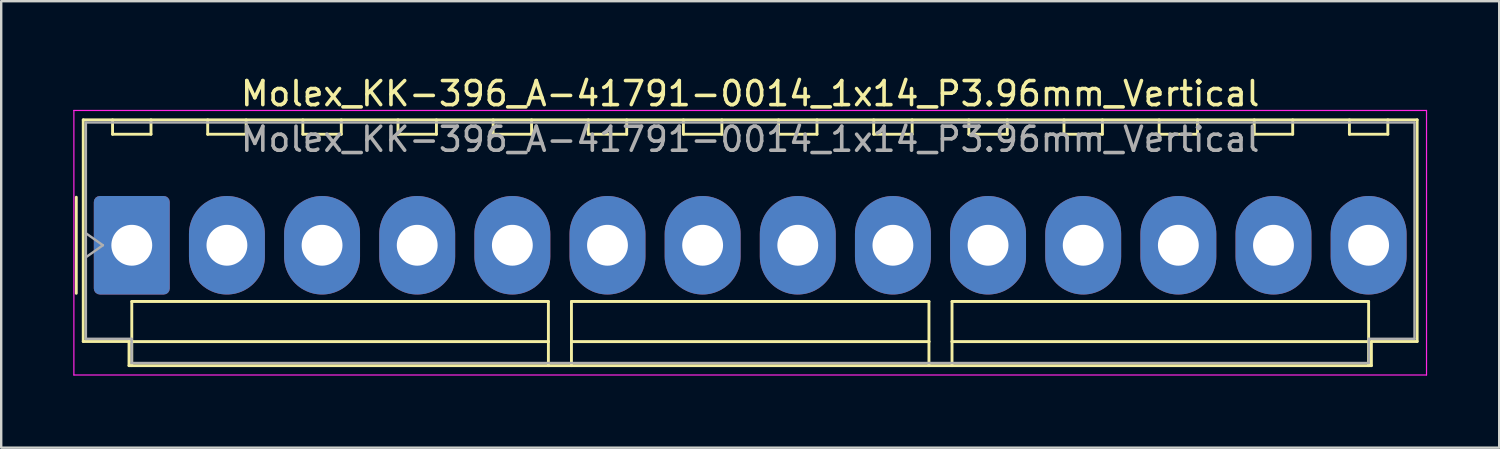
<source format=kicad_pcb>
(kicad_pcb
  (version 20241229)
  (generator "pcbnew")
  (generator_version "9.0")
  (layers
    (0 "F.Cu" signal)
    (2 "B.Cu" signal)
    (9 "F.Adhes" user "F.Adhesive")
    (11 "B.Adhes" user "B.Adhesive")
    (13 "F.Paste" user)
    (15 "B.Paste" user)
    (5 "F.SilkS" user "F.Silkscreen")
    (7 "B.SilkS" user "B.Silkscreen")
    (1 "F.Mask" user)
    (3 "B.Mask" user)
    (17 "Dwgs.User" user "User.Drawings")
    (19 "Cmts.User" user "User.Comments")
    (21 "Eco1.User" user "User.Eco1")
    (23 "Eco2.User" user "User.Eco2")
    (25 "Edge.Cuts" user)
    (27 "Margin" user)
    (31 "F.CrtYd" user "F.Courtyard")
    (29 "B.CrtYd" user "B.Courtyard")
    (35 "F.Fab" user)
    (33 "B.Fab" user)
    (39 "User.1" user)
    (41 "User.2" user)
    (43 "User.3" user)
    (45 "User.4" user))
  (footprint "Molex_KK-396_A-41791-0014_1x14_P3.96mm_Vertical"
    (layer "F.Cu")
    (at 2.435 7.158)
    (property "Reference" "Molex_KK-396_A-41791-0014_1x14_P3.96mm_Vertical" (at 25.74 -6.31 0) (layer "F.SilkS") (effects (font (size 1 1) (thickness 0.15))))
    (attr through_hole)
    (fp_line (start -2.31 -2) (end -2.31 2) (stroke (width 0.12) (type solid)) (layer "F.SilkS"))
    (fp_line (start -2.02 -5.22) (end 53.5 -5.22) (stroke (width 0.12) (type solid)) (layer "F.SilkS"))
    (fp_line (start -2.02 4.005) (end -2.02 -5.22) (stroke (width 0.12) (type solid)) (layer "F.SilkS"))
    (fp_line (start -0.8 -5.22) (end -0.8 -4.62) (stroke (width 0.12) (type solid)) (layer "F.SilkS"))
    (fp_line (start -0.8 -4.62) (end 0.8 -4.62) (stroke (width 0.12) (type solid)) (layer "F.SilkS"))
    (fp_line (start -0.115 4.005) (end -2.02 4.005) (stroke (width 0.12) (type solid)) (layer "F.SilkS"))
    (fp_line (start -0.115 5.01) (end -0.115 4.005) (stroke (width 0.12) (type solid)) (layer "F.SilkS"))
    (fp_line (start 0 2.34) (end 17.34 2.34) (stroke (width 0.12) (type solid)) (layer "F.SilkS"))
    (fp_line (start 0 4.01) (end 0 2.34) (stroke (width 0.12) (type solid)) (layer "F.SilkS"))
    (fp_line (start 0 4.01) (end 17.34 4.01) (stroke (width 0.12) (type solid)) (layer "F.SilkS"))
    (fp_line (start 0 5.01) (end 0 4.01) (stroke (width 0.12) (type solid)) (layer "F.SilkS"))
    (fp_line (start 0.8 -4.62) (end 0.8 -5.22) (stroke (width 0.12) (type solid)) (layer "F.SilkS"))
    (fp_line (start 3.16 -5.22) (end 3.16 -4.62) (stroke (width 0.12) (type solid)) (layer "F.SilkS"))
    (fp_line (start 3.16 -4.62) (end 4.76 -4.62) (stroke (width 0.12) (type solid)) (layer "F.SilkS"))
    (fp_line (start 4.76 -4.62) (end 4.76 -5.22) (stroke (width 0.12) (type solid)) (layer "F.SilkS"))
    (fp_line (start 7.12 -5.22) (end 7.12 -4.62) (stroke (width 0.12) (type solid)) (layer "F.SilkS"))
    (fp_line (start 7.12 -4.62) (end 8.72 -4.62) (stroke (width 0.12) (type solid)) (layer "F.SilkS"))
    (fp_line (start 8.72 -4.62) (end 8.72 -5.22) (stroke (width 0.12) (type solid)) (layer "F.SilkS"))
    (fp_line (start 11.08 -5.22) (end 11.08 -4.62) (stroke (width 0.12) (type solid)) (layer "F.SilkS"))
    (fp_line (start 11.08 -4.62) (end 12.68 -4.62) (stroke (width 0.12) (type solid)) (layer "F.SilkS"))
    (fp_line (start 12.68 -4.62) (end 12.68 -5.22) (stroke (width 0.12) (type solid)) (layer "F.SilkS"))
    (fp_line (start 15.04 -5.22) (end 15.04 -4.62) (stroke (width 0.12) (type solid)) (layer "F.SilkS"))
    (fp_line (start 15.04 -4.62) (end 16.64 -4.62) (stroke (width 0.12) (type solid)) (layer "F.SilkS"))
    (fp_line (start 16.64 -4.62) (end 16.64 -5.22) (stroke (width 0.12) (type solid)) (layer "F.SilkS"))
    (fp_line (start 17.34 2.34) (end 17.34 4.01) (stroke (width 0.12) (type solid)) (layer "F.SilkS"))
    (fp_line (start 17.34 4.01) (end 17.34 5.01) (stroke (width 0.12) (type solid)) (layer "F.SilkS"))
    (fp_line (start 18.3 2.34) (end 33.18 2.34) (stroke (width 0.12) (type solid)) (layer "F.SilkS"))
    (fp_line (start 18.3 4.01) (end 18.3 2.34) (stroke (width 0.12) (type solid)) (layer "F.SilkS"))
    (fp_line (start 18.3 4.01) (end 33.18 4.01) (stroke (width 0.12) (type solid)) (layer "F.SilkS"))
    (fp_line (start 18.3 5.01) (end 18.3 4.01) (stroke (width 0.12) (type solid)) (layer "F.SilkS"))
    (fp_line (start 19 -5.22) (end 19 -4.62) (stroke (width 0.12) (type solid)) (layer "F.SilkS"))
    (fp_line (start 19 -4.62) (end 20.6 -4.62) (stroke (width 0.12) (type solid)) (layer "F.SilkS"))
    (fp_line (start 20.6 -4.62) (end 20.6 -5.22) (stroke (width 0.12) (type solid)) (layer "F.SilkS"))
    (fp_line (start 22.96 -5.22) (end 22.96 -4.62) (stroke (width 0.12) (type solid)) (layer "F.SilkS"))
    (fp_line (start 22.96 -4.62) (end 24.56 -4.62) (stroke (width 0.12) (type solid)) (layer "F.SilkS"))
    (fp_line (start 24.56 -4.62) (end 24.56 -5.22) (stroke (width 0.12) (type solid)) (layer "F.SilkS"))
    (fp_line (start 26.92 -5.22) (end 26.92 -4.62) (stroke (width 0.12) (type solid)) (layer "F.SilkS"))
    (fp_line (start 26.92 -4.62) (end 28.52 -4.62) (stroke (width 0.12) (type solid)) (layer "F.SilkS"))
    (fp_line (start 28.52 -4.62) (end 28.52 -5.22) (stroke (width 0.12) (type solid)) (layer "F.SilkS"))
    (fp_line (start 30.88 -5.22) (end 30.88 -4.62) (stroke (width 0.12) (type solid)) (layer "F.SilkS"))
    (fp_line (start 30.88 -4.62) (end 32.48 -4.62) (stroke (width 0.12) (type solid)) (layer "F.SilkS"))
    (fp_line (start 32.48 -4.62) (end 32.48 -5.22) (stroke (width 0.12) (type solid)) (layer "F.SilkS"))
    (fp_line (start 33.18 2.34) (end 33.18 4.01) (stroke (width 0.12) (type solid)) (layer "F.SilkS"))
    (fp_line (start 33.18 4.01) (end 33.18 5.01) (stroke (width 0.12) (type solid)) (layer "F.SilkS"))
    (fp_line (start 34.14 2.34) (end 51.48 2.34) (stroke (width 0.12) (type solid)) (layer "F.SilkS"))
    (fp_line (start 34.14 4.01) (end 34.14 2.34) (stroke (width 0.12) (type solid)) (layer "F.SilkS"))
    (fp_line (start 34.14 4.01) (end 51.48 4.01) (stroke (width 0.12) (type solid)) (layer "F.SilkS"))
    (fp_line (start 34.14 5.01) (end 34.14 4.01) (stroke (width 0.12) (type solid)) (layer "F.SilkS"))
    (fp_line (start 34.84 -5.22) (end 34.84 -4.62) (stroke (width 0.12) (type solid)) (layer "F.SilkS"))
    (fp_line (start 34.84 -4.62) (end 36.44 -4.62) (stroke (width 0.12) (type solid)) (layer "F.SilkS"))
    (fp_line (start 36.44 -4.62) (end 36.44 -5.22) (stroke (width 0.12) (type solid)) (layer "F.SilkS"))
    (fp_line (start 38.8 -5.22) (end 38.8 -4.62) (stroke (width 0.12) (type solid)) (layer "F.SilkS"))
    (fp_line (start 38.8 -4.62) (end 40.4 -4.62) (stroke (width 0.12) (type solid)) (layer "F.SilkS"))
    (fp_line (start 40.4 -4.62) (end 40.4 -5.22) (stroke (width 0.12) (type solid)) (layer "F.SilkS"))
    (fp_line (start 42.76 -5.22) (end 42.76 -4.62) (stroke (width 0.12) (type solid)) (layer "F.SilkS"))
    (fp_line (start 42.76 -4.62) (end 44.36 -4.62) (stroke (width 0.12) (type solid)) (layer "F.SilkS"))
    (fp_line (start 44.36 -4.62) (end 44.36 -5.22) (stroke (width 0.12) (type solid)) (layer "F.SilkS"))
    (fp_line (start 46.72 -5.22) (end 46.72 -4.62) (stroke (width 0.12) (type solid)) (layer "F.SilkS"))
    (fp_line (start 46.72 -4.62) (end 48.32 -4.62) (stroke (width 0.12) (type solid)) (layer "F.SilkS"))
    (fp_line (start 48.32 -4.62) (end 48.32 -5.22) (stroke (width 0.12) (type solid)) (layer "F.SilkS"))
    (fp_line (start 50.68 -5.22) (end 50.68 -4.62) (stroke (width 0.12) (type solid)) (layer "F.SilkS"))
    (fp_line (start 50.68 -4.62) (end 52.28 -4.62) (stroke (width 0.12) (type solid)) (layer "F.SilkS"))
    (fp_line (start 51.48 2.34) (end 51.48 4.01) (stroke (width 0.12) (type solid)) (layer "F.SilkS"))
    (fp_line (start 51.48 4.01) (end 51.48 5.01) (stroke (width 0.12) (type solid)) (layer "F.SilkS"))
    (fp_line (start 51.595 4.005) (end 51.595 5.01) (stroke (width 0.12) (type solid)) (layer "F.SilkS"))
    (fp_line (start 51.595 5.01) (end -0.115 5.01) (stroke (width 0.12) (type solid)) (layer "F.SilkS"))
    (fp_line (start 52.28 -4.62) (end 52.28 -5.22) (stroke (width 0.12) (type solid)) (layer "F.SilkS"))
    (fp_line (start 53.5 -5.22) (end 53.5 4.005) (stroke (width 0.12) (type solid)) (layer "F.SilkS"))
    (fp_line (start 53.5 4.005) (end 51.595 4.005) (stroke (width 0.12) (type solid)) (layer "F.SilkS"))
    (fp_line (start -2.41 -5.61) (end -2.41 5.4) (stroke (width 0.05) (type solid)) (layer "F.CrtYd"))
    (fp_line (start -2.41 5.4) (end 53.89 5.4) (stroke (width 0.05) (type solid)) (layer "F.CrtYd"))
    (fp_line (start 53.89 -5.61) (end -2.41 -5.61) (stroke (width 0.05) (type solid)) (layer "F.CrtYd"))
    (fp_line (start 53.89 5.4) (end 53.89 -5.61) (stroke (width 0.05) (type solid)) (layer "F.CrtYd"))
    (fp_line (start -1.91 -5.11) (end 53.39 -5.11) (stroke (width 0.1) (type solid)) (layer "F.Fab"))
    (fp_line (start -1.91 -0.5) (end -1.203 0) (stroke (width 0.1) (type solid)) (layer "F.Fab"))
    (fp_line (start -1.91 3.895) (end -1.91 -5.11) (stroke (width 0.1) (type solid)) (layer "F.Fab"))
    (fp_line (start -1.203 0) (end -1.91 0.5) (stroke (width 0.1) (type solid)) (layer "F.Fab"))
    (fp_line (start -0.005 3.895) (end -1.91 3.895) (stroke (width 0.1) (type solid)) (layer "F.Fab"))
    (fp_line (start -0.005 4.9) (end -0.005 3.895) (stroke (width 0.1) (type solid)) (layer "F.Fab"))
    (fp_line (start 51.485 3.895) (end 51.485 4.9) (stroke (width 0.1) (type solid)) (layer "F.Fab"))
    (fp_line (start 51.485 4.9) (end -0.005 4.9) (stroke (width 0.1) (type solid)) (layer "F.Fab"))
    (fp_line (start 53.39 -5.11) (end 53.39 3.895) (stroke (width 0.1) (type solid)) (layer "F.Fab"))
    (fp_line (start 53.39 3.895) (end 51.485 3.895) (stroke (width 0.1) (type solid)) (layer "F.Fab"))
    (fp_text user "${REFERENCE}" (at 25.74 -4.41 0) (layer "F.Fab") (effects (font (size 1 1) (thickness 0.15))))
    (pad "1" thru_hole roundrect (at 0 0) (size 3.16 4.1) (drill 1.7) (layers "*.Cu" "*.Mask") (roundrect_rratio 0.079))
    (pad "2" thru_hole oval (at 3.96 0) (size 3.16 4.1) (drill 1.7) (layers "*.Cu" "*.Mask"))
    (pad "3" thru_hole oval (at 7.92 0) (size 3.16 4.1) (drill 1.7) (layers "*.Cu" "*.Mask"))
    (pad "4" thru_hole oval (at 11.88 0) (size 3.16 4.1) (drill 1.7) (layers "*.Cu" "*.Mask"))
    (pad "5" thru_hole oval (at 15.84 0) (size 3.16 4.1) (drill 1.7) (layers "*.Cu" "*.Mask"))
    (pad "6" thru_hole oval (at 19.8 0) (size 3.16 4.1) (drill 1.7) (layers "*.Cu" "*.Mask"))
    (pad "7" thru_hole oval (at 23.76 0) (size 3.16 4.1) (drill 1.7) (layers "*.Cu" "*.Mask"))
    (pad "8" thru_hole oval (at 27.72 0) (size 3.16 4.1) (drill 1.7) (layers "*.Cu" "*.Mask"))
    (pad "9" thru_hole oval (at 31.68 0) (size 3.16 4.1) (drill 1.7) (layers "*.Cu" "*.Mask"))
    (pad "10" thru_hole oval (at 35.64 0) (size 3.16 4.1) (drill 1.7) (layers "*.Cu" "*.Mask"))
    (pad "11" thru_hole oval (at 39.6 0) (size 3.16 4.1) (drill 1.7) (layers "*.Cu" "*.Mask"))
    (pad "12" thru_hole oval (at 43.56 0) (size 3.16 4.1) (drill 1.7) (layers "*.Cu" "*.Mask"))
    (pad "13" thru_hole oval (at 47.52 0) (size 3.16 4.1) (drill 1.7) (layers "*.Cu" "*.Mask"))
    (pad "14" thru_hole oval (at 51.48 0) (size 3.16 4.1) (drill 1.7) (layers "*.Cu" "*.Mask")))
  (gr_rect
    (start -3 -3)
    (end 59.35 15.583)
    (stroke (width 0.1) (type default))
    (fill no)
    (layer "Edge.Cuts")))
</source>
